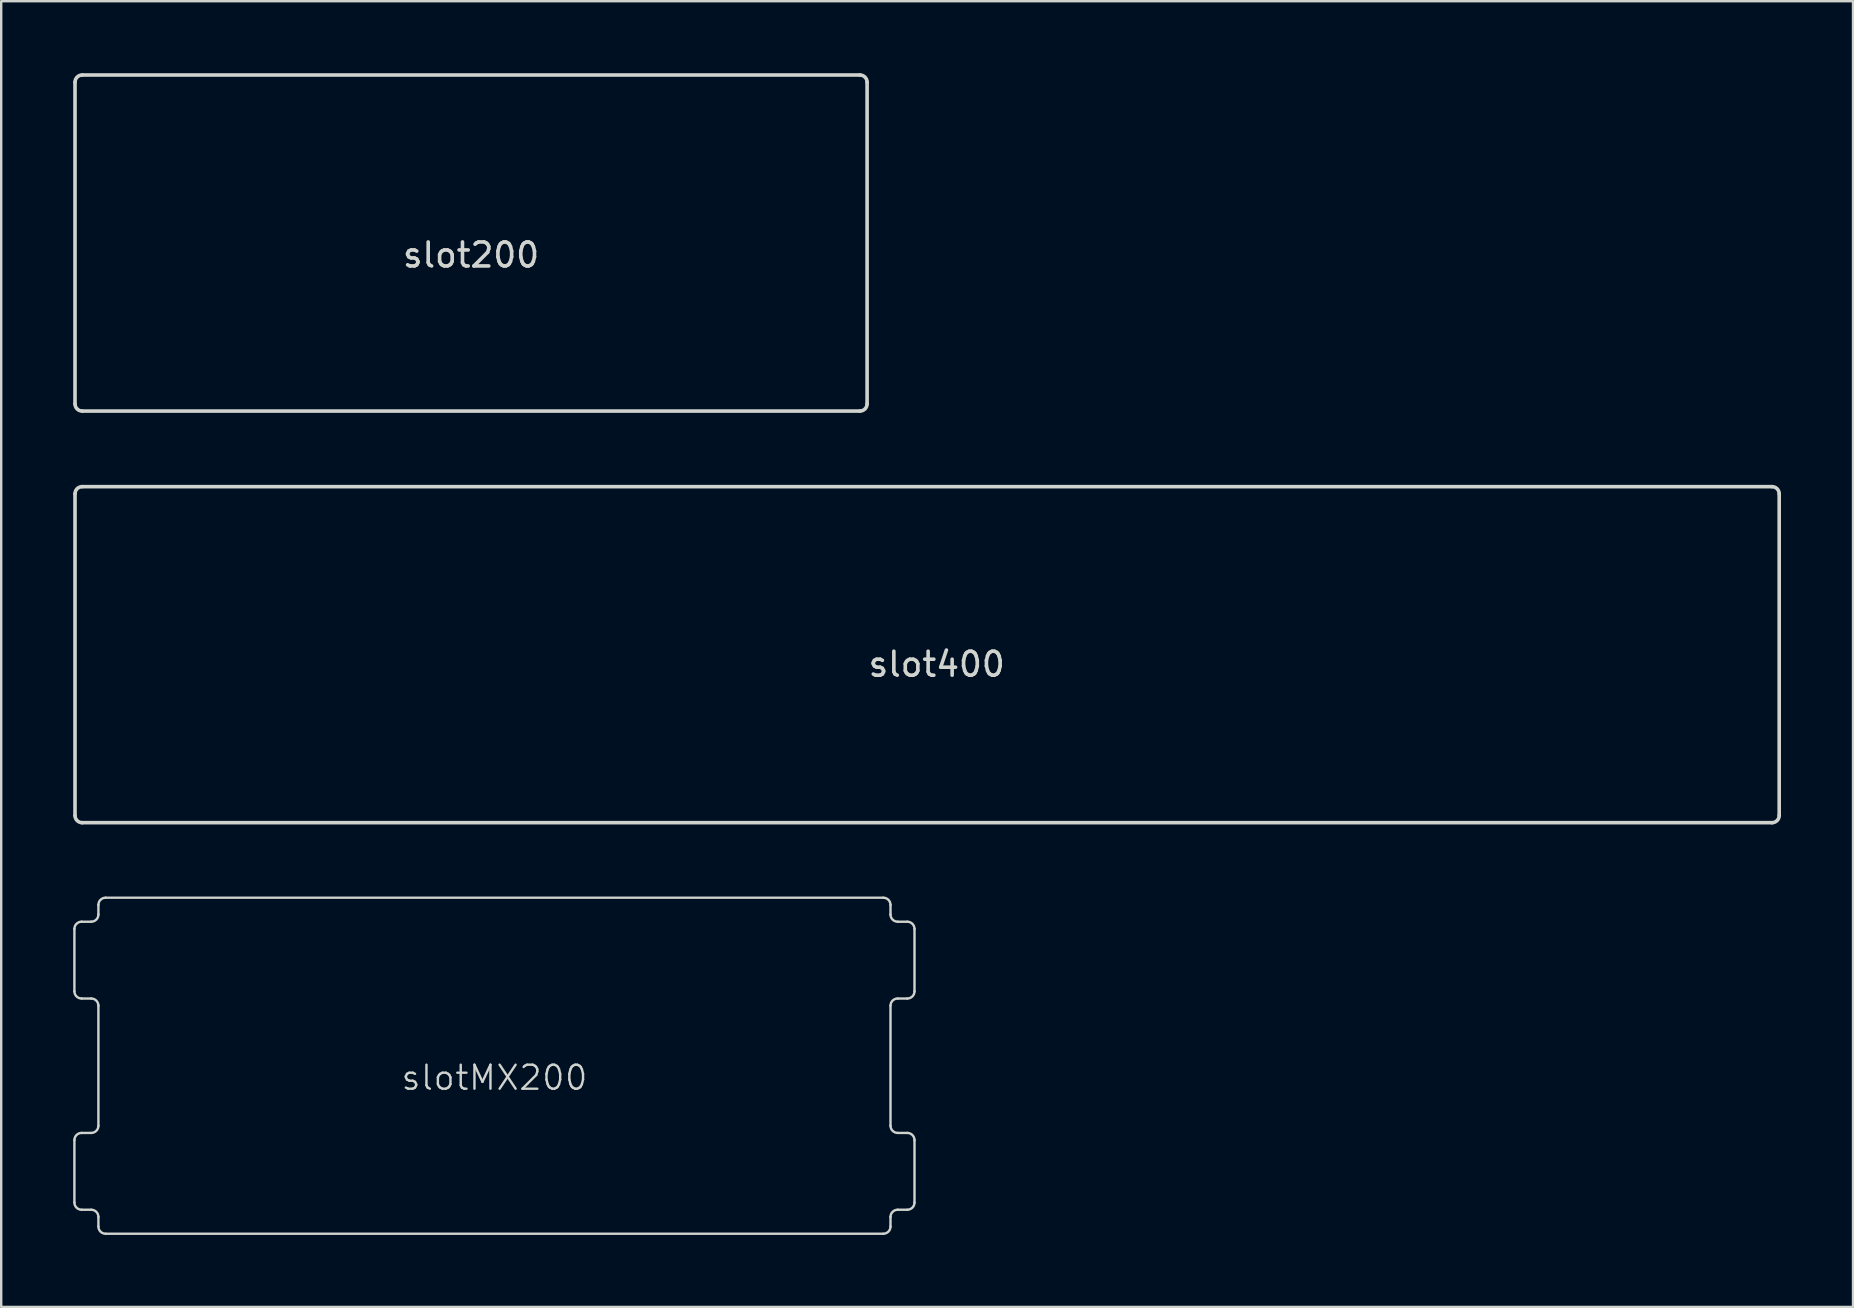
<source format=kicad_pcb>
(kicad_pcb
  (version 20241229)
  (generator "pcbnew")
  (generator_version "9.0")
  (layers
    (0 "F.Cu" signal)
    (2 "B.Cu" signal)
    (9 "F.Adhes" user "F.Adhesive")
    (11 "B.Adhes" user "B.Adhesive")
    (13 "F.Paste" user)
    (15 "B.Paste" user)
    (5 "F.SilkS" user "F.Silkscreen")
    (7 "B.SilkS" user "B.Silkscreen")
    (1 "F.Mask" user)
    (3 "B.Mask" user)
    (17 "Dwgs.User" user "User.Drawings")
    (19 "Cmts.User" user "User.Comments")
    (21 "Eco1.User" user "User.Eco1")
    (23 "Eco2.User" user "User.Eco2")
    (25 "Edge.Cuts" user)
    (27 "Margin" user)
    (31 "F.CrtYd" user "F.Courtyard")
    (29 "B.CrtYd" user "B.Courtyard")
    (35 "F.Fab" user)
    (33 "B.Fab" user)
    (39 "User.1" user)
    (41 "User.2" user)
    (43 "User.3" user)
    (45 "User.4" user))
  (footprint "slot400"
    (layer "F.Cu")
    (at 35.575 24.225)
    (property "Reference" "slot400" (at 0.4 0.4 0) (layer "Edge.Cuts") (effects (font (size 1 1) (thickness 0.15))))
    (attr through_hole)
    (fp_line (start -35.5 -6.7) (end -35.5 6.7) (stroke (width 0.15) (type solid)) (layer "Edge.Cuts"))
    (fp_line (start 35.2 -7) (end -35.2 -7) (stroke (width 0.15) (type solid)) (layer "Edge.Cuts"))
    (fp_line (start 35.2 7) (end -35.2 7) (stroke (width 0.15) (type solid)) (layer "Edge.Cuts"))
    (fp_line (start 35.5 6.7) (end 35.5 -6.7) (stroke (width 0.15) (type solid)) (layer "Edge.Cuts"))
    (fp_arc (start -35.5 -6.7) (mid -35.412132 -6.912132) (end -35.2 -7) (stroke (width 0.15) (type solid)) (layer "Edge.Cuts"))
    (fp_arc (start -35.2 7) (mid -35.412132 6.912132) (end -35.5 6.7) (stroke (width 0.15) (type solid)) (layer "Edge.Cuts"))
    (fp_arc (start 35.2 -7) (mid 35.412132 -6.912132) (end 35.5 -6.7) (stroke (width 0.15) (type solid)) (layer "Edge.Cuts"))
    (fp_arc (start 35.5 6.7) (mid 35.412132 6.912132) (end 35.2 7) (stroke (width 0.15) (type solid)) (layer "Edge.Cuts")))
  (footprint "slot200"
    (layer "F.Cu")
    (at 16.575 7.075)
    (property "Reference" "slot200" (at 0 0.5 0) (layer "Edge.Cuts") (effects (font (size 1 1) (thickness 0.15))))
    (attr through_hole)
    (fp_line (start -16.5 -6.7) (end -16.5 6.7) (stroke (width 0.15) (type solid)) (layer "Edge.Cuts"))
    (fp_line (start -16.2 7) (end 16.2 7) (stroke (width 0.15) (type solid)) (layer "Edge.Cuts"))
    (fp_line (start 16.2 -7) (end -16.2 -7) (stroke (width 0.15) (type solid)) (layer "Edge.Cuts"))
    (fp_line (start 16.5 6.7) (end 16.5 -6.7) (stroke (width 0.15) (type solid)) (layer "Edge.Cuts"))
    (fp_arc (start -16.5 -6.7) (mid -16.412132 -6.912132) (end -16.2 -7) (stroke (width 0.15) (type solid)) (layer "Edge.Cuts"))
    (fp_arc (start -16.2 7) (mid -16.412132 6.912132) (end -16.5 6.7) (stroke (width 0.15) (type solid)) (layer "Edge.Cuts"))
    (fp_arc (start 16.2 -7) (mid 16.412132 -6.912132) (end 16.5 -6.7) (stroke (width 0.15) (type solid)) (layer "Edge.Cuts"))
    (fp_arc (start 16.5 6.7) (mid 16.412132 6.912132) (end 16.2 7) (stroke (width 0.15) (type solid)) (layer "Edge.Cuts")))
  (footprint "slotMX200"
    (layer "F.Cu")
    (at 17.55 41.35)
    (property "Reference" "slotMX200" (at 0 0.5 0) (layer "Edge.Cuts") (effects (font (size 1 1) (thickness 0.1))))
    (attr through_hole)
    (fp_line (start -17.5 -5.7) (end -17.5 -3.1) (stroke (width 0.1) (type solid)) (layer "Edge.Cuts"))
    (fp_line (start -17.5 3.1) (end -17.5 5.7) (stroke (width 0.1) (type solid)) (layer "Edge.Cuts"))
    (fp_line (start -17.2 -2.8) (end -16.8 -2.8) (stroke (width 0.1) (type solid)) (layer "Edge.Cuts"))
    (fp_line (start -17.2 6) (end -16.8 6) (stroke (width 0.1) (type solid)) (layer "Edge.Cuts"))
    (fp_line (start -16.8 -6) (end -17.2 -6) (stroke (width 0.1) (type solid)) (layer "Edge.Cuts"))
    (fp_line (start -16.8 2.8) (end -17.2 2.8) (stroke (width 0.1) (type solid)) (layer "Edge.Cuts"))
    (fp_line (start -16.5 -6.7) (end -16.5 -6.3) (stroke (width 0.1) (type solid)) (layer "Edge.Cuts"))
    (fp_line (start -16.5 -2.5) (end -16.5 2.5) (stroke (width 0.1) (type solid)) (layer "Edge.Cuts"))
    (fp_line (start -16.5 6.3) (end -16.5 6.7) (stroke (width 0.1) (type solid)) (layer "Edge.Cuts"))
    (fp_line (start -16.2 7) (end 16.2 7) (stroke (width 0.1) (type solid)) (layer "Edge.Cuts"))
    (fp_line (start 16.2 -7) (end -16.2 -7) (stroke (width 0.1) (type solid)) (layer "Edge.Cuts"))
    (fp_line (start 16.5 -6.3) (end 16.5 -6.7) (stroke (width 0.1) (type solid)) (layer "Edge.Cuts"))
    (fp_line (start 16.5 2.5) (end 16.5 -2.5) (stroke (width 0.1) (type solid)) (layer "Edge.Cuts"))
    (fp_line (start 16.5 6.7) (end 16.5 6.3) (stroke (width 0.1) (type solid)) (layer "Edge.Cuts"))
    (fp_line (start 16.8 -2.8) (end 17.2 -2.8) (stroke (width 0.1) (type solid)) (layer "Edge.Cuts"))
    (fp_line (start 16.8 6) (end 17.2 6) (stroke (width 0.1) (type solid)) (layer "Edge.Cuts"))
    (fp_line (start 17.2 -6) (end 16.8 -6) (stroke (width 0.1) (type solid)) (layer "Edge.Cuts"))
    (fp_line (start 17.2 2.8) (end 16.8 2.8) (stroke (width 0.1) (type solid)) (layer "Edge.Cuts"))
    (fp_line (start 17.5 -3.1) (end 17.5 -5.7) (stroke (width 0.1) (type solid)) (layer "Edge.Cuts"))
    (fp_line (start 17.5 5.7) (end 17.5 3.1) (stroke (width 0.1) (type solid)) (layer "Edge.Cuts"))
    (fp_arc (start -17.5 -5.7) (mid -17.412132 -5.912132) (end -17.2 -6) (stroke (width 0.1) (type solid)) (layer "Edge.Cuts"))
    (fp_arc (start -17.5 3.1) (mid -17.412132 2.887868) (end -17.2 2.8) (stroke (width 0.1) (type solid)) (layer "Edge.Cuts"))
    (fp_arc (start -17.2 -2.8) (mid -17.412132 -2.887868) (end -17.5 -3.1) (stroke (width 0.1) (type solid)) (layer "Edge.Cuts"))
    (fp_arc (start -17.2 6) (mid -17.412132 5.912132) (end -17.5 5.7) (stroke (width 0.1) (type solid)) (layer "Edge.Cuts"))
    (fp_arc (start -16.8 -2.8) (mid -16.587868 -2.712132) (end -16.5 -2.5) (stroke (width 0.1) (type solid)) (layer "Edge.Cuts"))
    (fp_arc (start -16.8 6) (mid -16.587868 6.087868) (end -16.5 6.3) (stroke (width 0.1) (type solid)) (layer "Edge.Cuts"))
    (fp_arc (start -16.5 -6.7) (mid -16.412132 -6.912132) (end -16.2 -7) (stroke (width 0.1) (type solid)) (layer "Edge.Cuts"))
    (fp_arc (start -16.5 -6.3) (mid -16.587868 -6.087868) (end -16.8 -6) (stroke (width 0.1) (type solid)) (layer "Edge.Cuts"))
    (fp_arc (start -16.5 2.5) (mid -16.587868 2.712132) (end -16.8 2.8) (stroke (width 0.1) (type solid)) (layer "Edge.Cuts"))
    (fp_arc (start -16.2 7) (mid -16.412132 6.912132) (end -16.5 6.7) (stroke (width 0.1) (type solid)) (layer "Edge.Cuts"))
    (fp_arc (start 16.2 -7) (mid 16.412132 -6.912132) (end 16.5 -6.7) (stroke (width 0.1) (type solid)) (layer "Edge.Cuts"))
    (fp_arc (start 16.5 -2.5) (mid 16.587868 -2.712132) (end 16.8 -2.8) (stroke (width 0.1) (type solid)) (layer "Edge.Cuts"))
    (fp_arc (start 16.5 6.3) (mid 16.587868 6.087868) (end 16.8 6) (stroke (width 0.1) (type solid)) (layer "Edge.Cuts"))
    (fp_arc (start 16.5 6.7) (mid 16.412132 6.912132) (end 16.2 7) (stroke (width 0.1) (type solid)) (layer "Edge.Cuts"))
    (fp_arc (start 16.8 -6) (mid 16.587868 -6.087868) (end 16.5 -6.3) (stroke (width 0.1) (type solid)) (layer "Edge.Cuts"))
    (fp_arc (start 16.8 2.8) (mid 16.587868 2.712132) (end 16.5 2.5) (stroke (width 0.1) (type solid)) (layer "Edge.Cuts"))
    (fp_arc (start 17.2 -6) (mid 17.412132 -5.912132) (end 17.5 -5.7) (stroke (width 0.1) (type solid)) (layer "Edge.Cuts"))
    (fp_arc (start 17.2 2.8) (mid 17.412132 2.887868) (end 17.5 3.1) (stroke (width 0.1) (type solid)) (layer "Edge.Cuts"))
    (fp_arc (start 17.5 -3.1) (mid 17.412132 -2.887868) (end 17.2 -2.8) (stroke (width 0.1) (type solid)) (layer "Edge.Cuts"))
    (fp_arc (start 17.5 5.7) (mid 17.412132 5.912132) (end 17.2 6) (stroke (width 0.1) (type solid)) (layer "Edge.Cuts")))
  (gr_rect
    (start -3 -3)
    (end 74.15 51.4)
    (stroke (width 0.1) (type default))
    (fill no)
    (layer "Edge.Cuts")))
</source>
